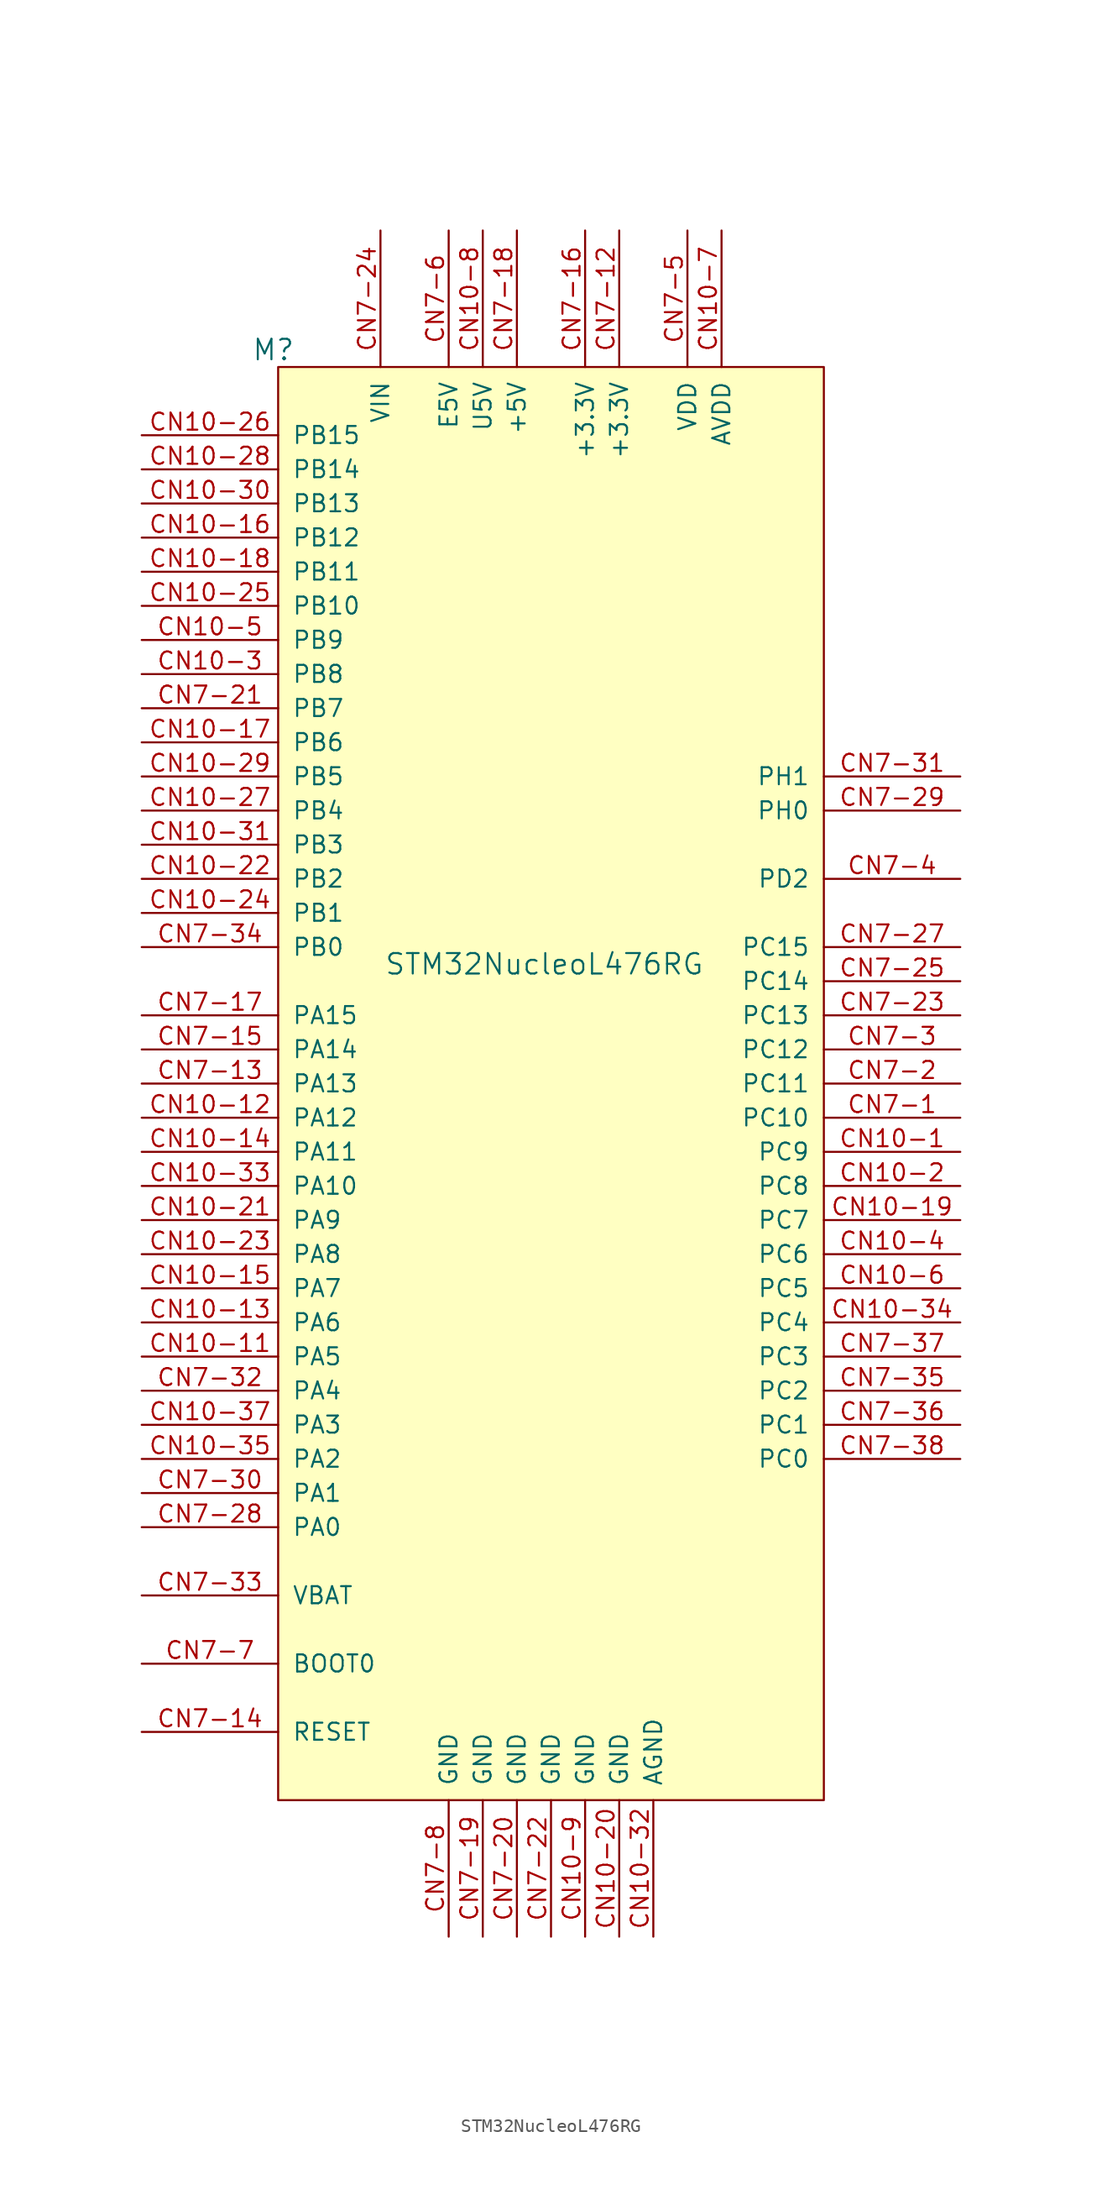
<source format=kicad_sym>
(kicad_symbol_lib
  (version 20211014)
  (generator kicad_symbol_editor)
  (symbol "STM32NucleoL476RG"
    (pin_names
      (offset 1.016))
    (property "Reference" "M"
      (at -19.05 54.61 0)
      (effects (font (size 1.524 1.524)) (justify right)))
    (property "Value" "STM32NucleoL476RG"
      (at 11.43 8.89 0)
      (effects (font (size 1.524 1.524)) (justify right)))
    (symbol "STM32NucleoL476RG_1_1"
      (rectangle (start -20.32 53.34) (end 20.32 -53.34) (stroke (width 0.152) (type default) (color 0 0 0 0)) (fill (type background)))
      (pin bidirectional line (at 30.48 -5.08 180) (length 10.16) (name "PC9" (effects (font (size 1.27 1.27)))) (number "CN10-1" (effects (font (size 1.27 1.27)))))
      (pin no_connect line (at 30.48 -38.1 180) (length 10.16) hide (name "NC" (effects (font (size 1.27 1.27)))) (number "CN10-10" (effects (font (size 1.27 1.27)))))
      (pin bidirectional line (at -30.48 -20.32 0) (length 10.16) (name "PA5" (effects (font (size 1.27 1.27)))) (number "CN10-11" (effects (font (size 1.27 1.27)))))
      (pin bidirectional line (at -30.48 -2.54 0) (length 10.16) (name "PA12" (effects (font (size 1.27 1.27)))) (number "CN10-12" (effects (font (size 1.27 1.27)))))
      (pin bidirectional line (at -30.48 -17.78 0) (length 10.16) (name "PA6" (effects (font (size 1.27 1.27)))) (number "CN10-13" (effects (font (size 1.27 1.27)))))
      (pin bidirectional line (at -30.48 -5.08 0) (length 10.16) (name "PA11" (effects (font (size 1.27 1.27)))) (number "CN10-14" (effects (font (size 1.27 1.27)))))
      (pin bidirectional line (at -30.48 -15.24 0) (length 10.16) (name "PA7" (effects (font (size 1.27 1.27)))) (number "CN10-15" (effects (font (size 1.27 1.27)))))
      (pin bidirectional line (at -30.48 40.64 0) (length 10.16) (name "PB12" (effects (font (size 1.27 1.27)))) (number "CN10-16" (effects (font (size 1.27 1.27)))))
      (pin bidirectional line (at -30.48 25.4 0) (length 10.16) (name "PB6" (effects (font (size 1.27 1.27)))) (number "CN10-17" (effects (font (size 1.27 1.27)))))
      (pin bidirectional line (at -30.48 38.1 0) (length 10.16) (name "PB11" (effects (font (size 1.27 1.27)))) (number "CN10-18" (effects (font (size 1.27 1.27)))))
      (pin bidirectional line (at 30.48 -10.16 180) (length 10.16) (name "PC7" (effects (font (size 1.27 1.27)))) (number "CN10-19" (effects (font (size 1.27 1.27)))))
      (pin bidirectional line (at 30.48 -7.62 180) (length 10.16) (name "PC8" (effects (font (size 1.27 1.27)))) (number "CN10-2" (effects (font (size 1.27 1.27)))))
      (pin power_in line (at 5.08 -63.5 90) (length 10.16) (name "GND" (effects (font (size 1.27 1.27)))) (number "CN10-20" (effects (font (size 1.27 1.27)))))
      (pin bidirectional line (at -30.48 -10.16 0) (length 10.16) (name "PA9" (effects (font (size 1.27 1.27)))) (number "CN10-21" (effects (font (size 1.27 1.27)))))
      (pin bidirectional line (at -30.48 15.24 0) (length 10.16) (name "PB2" (effects (font (size 1.27 1.27)))) (number "CN10-22" (effects (font (size 1.27 1.27)))))
      (pin bidirectional line (at -30.48 -12.7 0) (length 10.16) (name "PA8" (effects (font (size 1.27 1.27)))) (number "CN10-23" (effects (font (size 1.27 1.27)))))
      (pin bidirectional line (at -30.48 12.7 0) (length 10.16) (name "PB1" (effects (font (size 1.27 1.27)))) (number "CN10-24" (effects (font (size 1.27 1.27)))))
      (pin bidirectional line (at -30.48 35.56 0) (length 10.16) (name "PB10" (effects (font (size 1.27 1.27)))) (number "CN10-25" (effects (font (size 1.27 1.27)))))
      (pin bidirectional line (at -30.48 48.26 0) (length 10.16) (name "PB15" (effects (font (size 1.27 1.27)))) (number "CN10-26" (effects (font (size 1.27 1.27)))))
      (pin bidirectional line (at -30.48 20.32 0) (length 10.16) (name "PB4" (effects (font (size 1.27 1.27)))) (number "CN10-27" (effects (font (size 1.27 1.27)))))
      (pin bidirectional line (at -30.48 45.72 0) (length 10.16) (name "PB14" (effects (font (size 1.27 1.27)))) (number "CN10-28" (effects (font (size 1.27 1.27)))))
      (pin bidirectional line (at -30.48 22.86 0) (length 10.16) (name "PB5" (effects (font (size 1.27 1.27)))) (number "CN10-29" (effects (font (size 1.27 1.27)))))
      (pin bidirectional line (at -30.48 30.48 0) (length 10.16) (name "PB8" (effects (font (size 1.27 1.27)))) (number "CN10-3" (effects (font (size 1.27 1.27)))))
      (pin bidirectional line (at -30.48 43.18 0) (length 10.16) (name "PB13" (effects (font (size 1.27 1.27)))) (number "CN10-30" (effects (font (size 1.27 1.27)))))
      (pin bidirectional line (at -30.48 17.78 0) (length 10.16) (name "PB3" (effects (font (size 1.27 1.27)))) (number "CN10-31" (effects (font (size 1.27 1.27)))))
      (pin power_in line (at 7.62 -63.5 90) (length 10.16) (name "AGND" (effects (font (size 1.27 1.27)))) (number "CN10-32" (effects (font (size 1.27 1.27)))))
      (pin bidirectional line (at -30.48 -7.62 0) (length 10.16) (name "PA10" (effects (font (size 1.27 1.27)))) (number "CN10-33" (effects (font (size 1.27 1.27)))))
      (pin bidirectional line (at 30.48 -17.78 180) (length 10.16) (name "PC4" (effects (font (size 1.27 1.27)))) (number "CN10-34" (effects (font (size 1.27 1.27)))))
      (pin bidirectional line (at -30.48 -27.94 0) (length 10.16) (name "PA2" (effects (font (size 1.27 1.27)))) (number "CN10-35" (effects (font (size 1.27 1.27)))))
      (pin no_connect line (at 30.48 -35.56 180) (length 10.16) hide (name "NC" (effects (font (size 1.27 1.27)))) (number "CN10-36" (effects (font (size 1.27 1.27)))))
      (pin bidirectional line (at -30.48 -25.4 0) (length 10.16) (name "PA3" (effects (font (size 1.27 1.27)))) (number "CN10-37" (effects (font (size 1.27 1.27)))))
      (pin no_connect line (at 30.48 -33.02 180) (length 10.16) hide (name "NC" (effects (font (size 1.27 1.27)))) (number "CN10-38" (effects (font (size 1.27 1.27)))))
      (pin bidirectional line (at 30.48 -12.7 180) (length 10.16) (name "PC6" (effects (font (size 1.27 1.27)))) (number "CN10-4" (effects (font (size 1.27 1.27)))))
      (pin bidirectional line (at -30.48 33.02 0) (length 10.16) (name "PB9" (effects (font (size 1.27 1.27)))) (number "CN10-5" (effects (font (size 1.27 1.27)))))
      (pin bidirectional line (at 30.48 -15.24 180) (length 10.16) (name "PC5" (effects (font (size 1.27 1.27)))) (number "CN10-6" (effects (font (size 1.27 1.27)))))
      (pin power_in line (at 12.7 63.5 270) (length 10.16) (name "AVDD" (effects (font (size 1.27 1.27)))) (number "CN10-7" (effects (font (size 1.27 1.27)))))
      (pin power_in line (at -5.08 63.5 270) (length 10.16) (name "U5V" (effects (font (size 1.27 1.27)))) (number "CN10-8" (effects (font (size 1.27 1.27)))))
      (pin power_in line (at 2.54 -63.5 90) (length 10.16) (name "GND" (effects (font (size 1.27 1.27)))) (number "CN10-9" (effects (font (size 1.27 1.27)))))
      (pin bidirectional line (at 30.48 -2.54 180) (length 10.16) (name "PC10" (effects (font (size 1.27 1.27)))) (number "CN7-1" (effects (font (size 1.27 1.27)))))
      (pin no_connect line (at 30.48 -45.72 180) (length 10.16) hide (name "NC" (effects (font (size 1.27 1.27)))) (number "CN7-10" (effects (font (size 1.27 1.27)))))
      (pin no_connect line (at 30.48 -43.18 180) (length 10.16) hide (name "NC" (effects (font (size 1.27 1.27)))) (number "CN7-11" (effects (font (size 1.27 1.27)))))
      (pin power_in line (at 5.08 63.5 270) (length 10.16) (name "+3.3V" (effects (font (size 1.27 1.27)))) (number "CN7-12" (effects (font (size 1.27 1.27)))))
      (pin bidirectional line (at -30.48 0 0) (length 10.16) (name "PA13" (effects (font (size 1.27 1.27)))) (number "CN7-13" (effects (font (size 1.27 1.27)))))
      (pin bidirectional line (at -30.48 -48.26 0) (length 10.16) (name "RESET" (effects (font (size 1.27 1.27)))) (number "CN7-14" (effects (font (size 1.27 1.27)))))
      (pin bidirectional line (at -30.48 2.54 0) (length 10.16) (name "PA14" (effects (font (size 1.27 1.27)))) (number "CN7-15" (effects (font (size 1.27 1.27)))))
      (pin power_in line (at 2.54 63.5 270) (length 10.16) (name "+3.3V" (effects (font (size 1.27 1.27)))) (number "CN7-16" (effects (font (size 1.27 1.27)))))
      (pin bidirectional line (at -30.48 5.08 0) (length 10.16) (name "PA15" (effects (font (size 1.27 1.27)))) (number "CN7-17" (effects (font (size 1.27 1.27)))))
      (pin power_in line (at -2.54 63.5 270) (length 10.16) (name "+5V" (effects (font (size 1.27 1.27)))) (number "CN7-18" (effects (font (size 1.27 1.27)))))
      (pin power_in line (at -5.08 -63.5 90) (length 10.16) (name "GND" (effects (font (size 1.27 1.27)))) (number "CN7-19" (effects (font (size 1.27 1.27)))))
      (pin bidirectional line (at 30.48 0 180) (length 10.16) (name "PC11" (effects (font (size 1.27 1.27)))) (number "CN7-2" (effects (font (size 1.27 1.27)))))
      (pin power_in line (at -2.54 -63.5 90) (length 10.16) (name "GND" (effects (font (size 1.27 1.27)))) (number "CN7-20" (effects (font (size 1.27 1.27)))))
      (pin bidirectional line (at -30.48 27.94 0) (length 10.16) (name "PB7" (effects (font (size 1.27 1.27)))) (number "CN7-21" (effects (font (size 1.27 1.27)))))
      (pin power_in line (at 0 -63.5 90) (length 10.16) (name "GND" (effects (font (size 1.27 1.27)))) (number "CN7-22" (effects (font (size 1.27 1.27)))))
      (pin bidirectional line (at 30.48 5.08 180) (length 10.16) (name "PC13" (effects (font (size 1.27 1.27)))) (number "CN7-23" (effects (font (size 1.27 1.27)))))
      (pin power_in line (at -12.7 63.5 270) (length 10.16) (name "VIN" (effects (font (size 1.27 1.27)))) (number "CN7-24" (effects (font (size 1.27 1.27)))))
      (pin bidirectional line (at 30.48 7.62 180) (length 10.16) (name "PC14" (effects (font (size 1.27 1.27)))) (number "CN7-25" (effects (font (size 1.27 1.27)))))
      (pin no_connect line (at 30.48 -40.64 180) (length 10.16) hide (name "NC" (effects (font (size 1.27 1.27)))) (number "CN7-26" (effects (font (size 1.27 1.27)))))
      (pin bidirectional line (at 30.48 10.16 180) (length 10.16) (name "PC15" (effects (font (size 1.27 1.27)))) (number "CN7-27" (effects (font (size 1.27 1.27)))))
      (pin bidirectional line (at -30.48 -33.02 0) (length 10.16) (name "PA0" (effects (font (size 1.27 1.27)))) (number "CN7-28" (effects (font (size 1.27 1.27)))))
      (pin bidirectional line (at 30.48 20.32 180) (length 10.16) (name "PH0" (effects (font (size 1.27 1.27)))) (number "CN7-29" (effects (font (size 1.27 1.27)))))
      (pin bidirectional line (at 30.48 2.54 180) (length 10.16) (name "PC12" (effects (font (size 1.27 1.27)))) (number "CN7-3" (effects (font (size 1.27 1.27)))))
      (pin bidirectional line (at -30.48 -30.48 0) (length 10.16) (name "PA1" (effects (font (size 1.27 1.27)))) (number "CN7-30" (effects (font (size 1.27 1.27)))))
      (pin bidirectional line (at 30.48 22.86 180) (length 10.16) (name "PH1" (effects (font (size 1.27 1.27)))) (number "CN7-31" (effects (font (size 1.27 1.27)))))
      (pin bidirectional line (at -30.48 -22.86 0) (length 10.16) (name "PA4" (effects (font (size 1.27 1.27)))) (number "CN7-32" (effects (font (size 1.27 1.27)))))
      (pin power_in line (at -30.48 -38.1 0) (length 10.16) (name "VBAT" (effects (font (size 1.27 1.27)))) (number "CN7-33" (effects (font (size 1.27 1.27)))))
      (pin bidirectional line (at -30.48 10.16 0) (length 10.16) (name "PB0" (effects (font (size 1.27 1.27)))) (number "CN7-34" (effects (font (size 1.27 1.27)))))
      (pin bidirectional line (at 30.48 -22.86 180) (length 10.16) (name "PC2" (effects (font (size 1.27 1.27)))) (number "CN7-35" (effects (font (size 1.27 1.27)))))
      (pin bidirectional line (at 30.48 -25.4 180) (length 10.16) (name "PC1" (effects (font (size 1.27 1.27)))) (number "CN7-36" (effects (font (size 1.27 1.27)))))
      (pin bidirectional line (at 30.48 -20.32 180) (length 10.16) (name "PC3" (effects (font (size 1.27 1.27)))) (number "CN7-37" (effects (font (size 1.27 1.27)))))
      (pin bidirectional line (at 30.48 -27.94 180) (length 10.16) (name "PC0" (effects (font (size 1.27 1.27)))) (number "CN7-38" (effects (font (size 1.27 1.27)))))
      (pin bidirectional line (at 30.48 15.24 180) (length 10.16) (name "PD2" (effects (font (size 1.27 1.27)))) (number "CN7-4" (effects (font (size 1.27 1.27)))))
      (pin power_in line (at 10.16 63.5 270) (length 10.16) (name "VDD" (effects (font (size 1.27 1.27)))) (number "CN7-5" (effects (font (size 1.27 1.27)))))
      (pin power_in line (at -7.62 63.5 270) (length 10.16) (name "E5V" (effects (font (size 1.27 1.27)))) (number "CN7-6" (effects (font (size 1.27 1.27)))))
      (pin input line (at -30.48 -43.18 0) (length 10.16) (name "BOOT0" (effects (font (size 1.27 1.27)))) (number "CN7-7" (effects (font (size 1.27 1.27)))))
      (pin power_in line (at -7.62 -63.5 90) (length 10.16) (name "GND" (effects (font (size 1.27 1.27)))) (number "CN7-8" (effects (font (size 1.27 1.27)))))
      (pin no_connect line (at 30.48 -48.26 180) (length 10.16) hide (name "NC" (effects (font (size 1.27 1.27)))) (number "CN7-9" (effects (font (size 1.27 1.27))))))))
</source>
